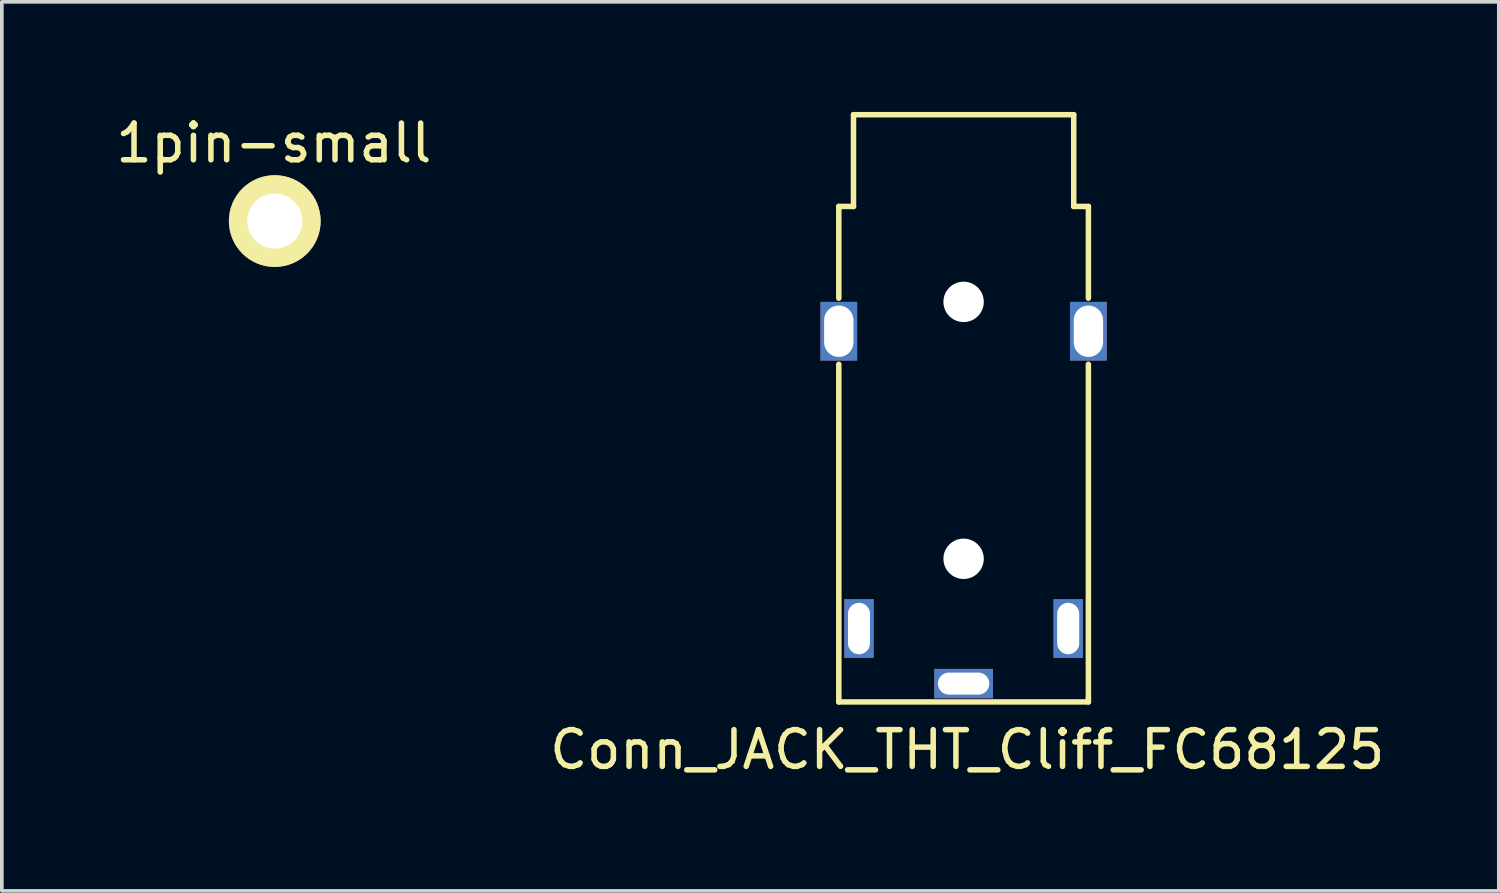
<source format=kicad_pcb>
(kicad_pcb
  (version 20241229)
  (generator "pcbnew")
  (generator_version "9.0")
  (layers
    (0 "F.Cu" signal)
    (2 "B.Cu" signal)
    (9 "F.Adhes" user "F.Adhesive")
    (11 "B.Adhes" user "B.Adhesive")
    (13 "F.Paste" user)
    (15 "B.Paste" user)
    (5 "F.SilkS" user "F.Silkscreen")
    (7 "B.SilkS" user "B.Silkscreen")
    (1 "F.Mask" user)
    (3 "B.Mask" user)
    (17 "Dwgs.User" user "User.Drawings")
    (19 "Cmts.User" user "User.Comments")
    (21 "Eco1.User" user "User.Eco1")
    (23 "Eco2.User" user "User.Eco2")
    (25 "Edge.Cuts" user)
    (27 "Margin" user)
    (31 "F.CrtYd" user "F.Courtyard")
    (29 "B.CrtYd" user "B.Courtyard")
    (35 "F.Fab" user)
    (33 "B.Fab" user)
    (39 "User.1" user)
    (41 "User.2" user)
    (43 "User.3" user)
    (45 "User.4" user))
  (footprint "Conn_JACK_THT_Cliff_FC68125"
    (layer "F.Cu")
    (at 23.204 9.075)
    (property "Reference" "Conn_JACK_THT_Cliff_FC68125" (at 0.1 8.3 0) (layer "F.SilkS") (effects (font (size 1 1) (thickness 0.15))))
    (attr through_hole)
    (fp_line (start -3.4 -4) (end -3.4 -6.5) (stroke (width 0.15) (type solid)) (layer "F.SilkS"))
    (fp_line (start -3.4 7) (end -3.4 -2.2) (stroke (width 0.15) (type solid)) (layer "F.SilkS"))
    (fp_line (start -3 -9) (end -3 -6.5) (stroke (width 0.15) (type solid)) (layer "F.SilkS"))
    (fp_line (start -3 -6.5) (end -3.4 -6.5) (stroke (width 0.15) (type solid)) (layer "F.SilkS"))
    (fp_line (start 3 -9) (end -3 -9) (stroke (width 0.15) (type solid)) (layer "F.SilkS"))
    (fp_line (start 3 -6.5) (end 3 -9) (stroke (width 0.15) (type solid)) (layer "F.SilkS"))
    (fp_line (start 3.4 -6.5) (end 3 -6.5) (stroke (width 0.15) (type solid)) (layer "F.SilkS"))
    (fp_line (start 3.4 -6.5) (end 3.4 -4) (stroke (width 0.15) (type solid)) (layer "F.SilkS"))
    (fp_line (start 3.4 -2.2) (end 3.4 6.9) (stroke (width 0.15) (type solid)) (layer "F.SilkS"))
    (fp_line (start 3.4 6.9) (end 3.4 7) (stroke (width 0.15) (type solid)) (layer "F.SilkS"))
    (fp_line (start 3.4 7) (end -3.4 7) (stroke (width 0.15) (type solid)) (layer "F.SilkS"))
    (pad "" np_thru_hole circle (at 0 -3.9) (size 1.1 1.1) (drill 1.1) (layers "*.Cu" "*.Mask"))
    (pad "" np_thru_hole circle (at 0 3.1) (size 1.1 1.1) (drill 1.1) (layers "*.Cu" "*.Mask"))
    (pad "1" thru_hole rect (at -3.4 -3.1 90) (size 1.6 1) (drill oval 1.4 0.8) (layers "*.Cu" "*.Mask"))
    (pad "2" thru_hole rect (at 3.4 -3.1 90) (size 1.6 1) (drill oval 1.4 0.8) (layers "*.Cu" "*.Mask"))
    (pad "3" thru_hole rect (at -2.85 5 90) (size 1.6 0.8) (drill oval 1.4 0.6) (layers "*.Cu" "*.Mask"))
    (pad "4" thru_hole rect (at 0 6.5) (size 1.6 0.8) (drill oval 1.4 0.6) (layers "*.Cu" "*.Mask"))
    (pad "5" thru_hole rect (at 2.85 5 90) (size 1.6 0.8) (drill oval 1.4 0.6) (layers "*.Cu" "*.Mask")))
  (footprint "1pin-small"
    (layer "F.Cu")
    (at 4.436 2.973)
    (property "Reference" "1pin-small" (at -0.025 -2.125 0) (layer "F.SilkS") (effects (font (size 1 1) (thickness 0.15))))
    (attr through_hole)
    (pad "1" thru_hole circle (at 0 0) (size 2.5 2.5) (drill 1.5) (layers "*.Cu" "*.Mask" "F.SilkS")))
  (gr_rect
    (start -3 -3)
    (end 37.786 21.223)
    (stroke (width 0.1) (type default))
    (fill no)
    (layer "Edge.Cuts")))
</source>
